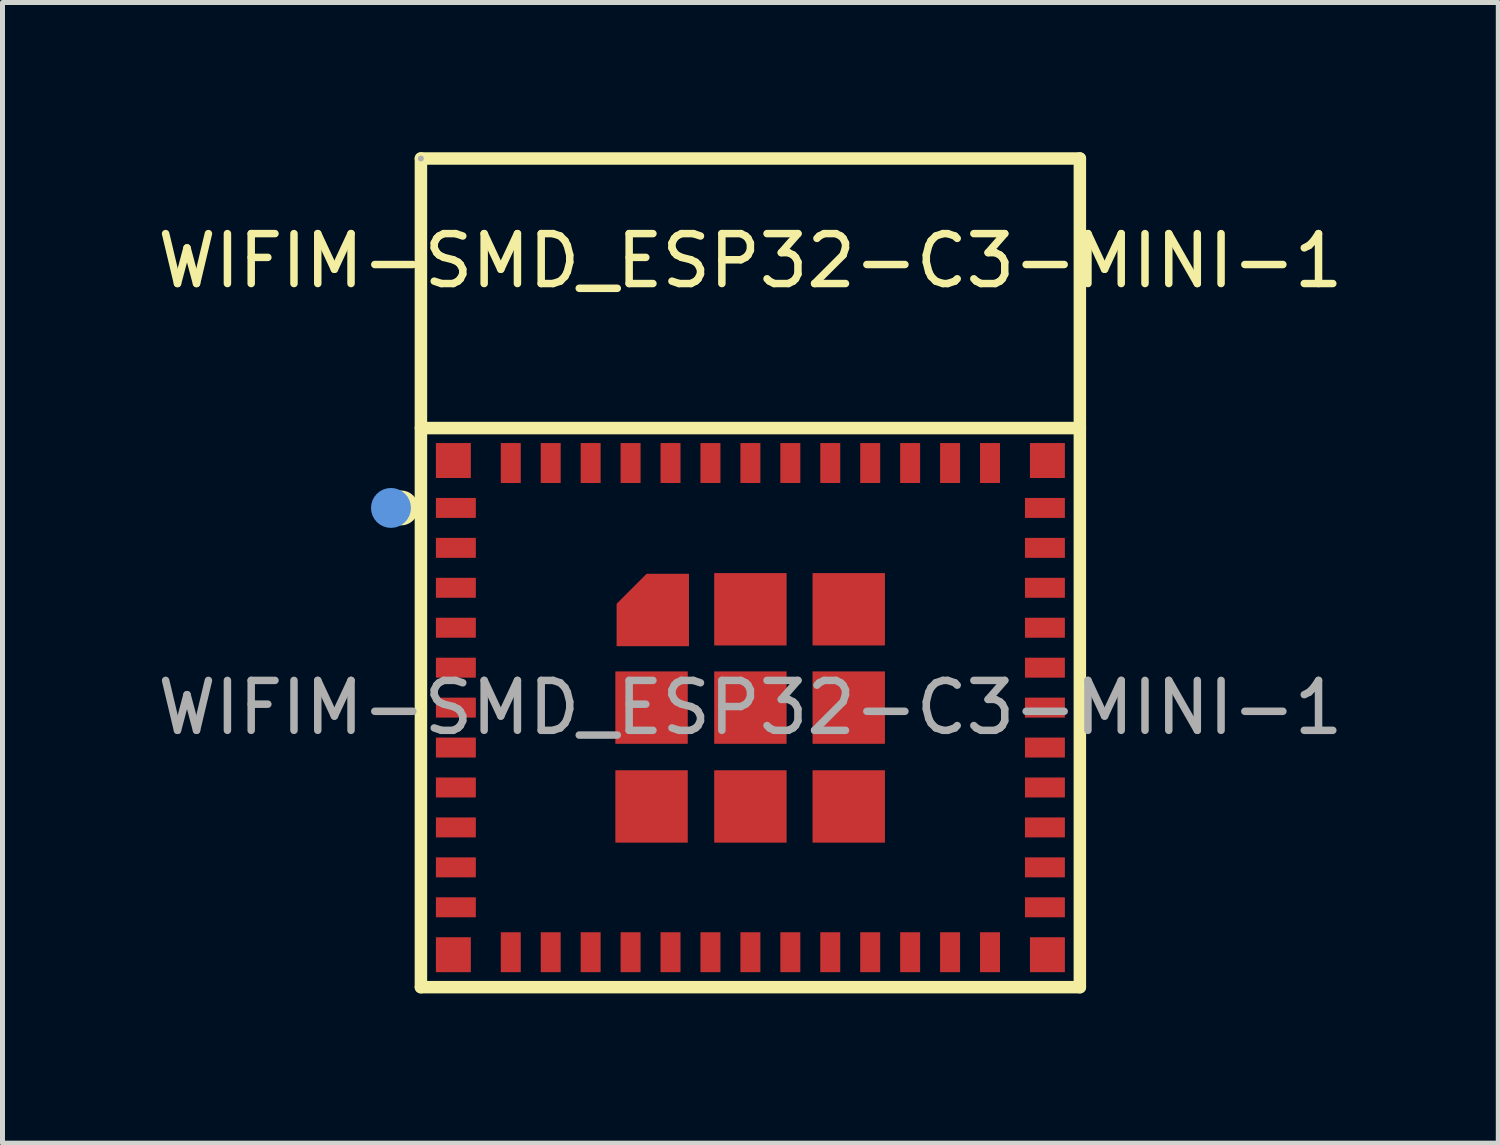
<source format=kicad_pcb>
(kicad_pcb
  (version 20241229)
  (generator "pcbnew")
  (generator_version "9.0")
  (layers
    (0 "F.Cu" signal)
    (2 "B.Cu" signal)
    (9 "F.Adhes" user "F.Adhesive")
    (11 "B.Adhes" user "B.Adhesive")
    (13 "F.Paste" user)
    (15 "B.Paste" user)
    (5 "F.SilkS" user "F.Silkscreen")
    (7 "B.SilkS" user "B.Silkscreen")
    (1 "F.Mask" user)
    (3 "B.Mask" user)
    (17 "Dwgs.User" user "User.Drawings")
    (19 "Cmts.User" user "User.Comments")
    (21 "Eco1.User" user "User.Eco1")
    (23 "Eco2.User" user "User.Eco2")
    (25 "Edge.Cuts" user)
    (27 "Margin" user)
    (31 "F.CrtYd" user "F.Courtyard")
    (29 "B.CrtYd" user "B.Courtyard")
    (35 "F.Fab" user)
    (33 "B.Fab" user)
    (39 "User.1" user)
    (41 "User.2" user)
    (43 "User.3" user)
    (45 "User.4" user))
  (footprint "WIFIM-SMD_ESP32-C3-MINI-1"
    (layer "F.Cu")
    (at 11.982 11.125)
    (property "Reference" "WIFIM-SMD_ESP32-C3-MINI-1" (at 0 -8.95 0) (layer "F.SilkS") (effects (font (size 1 1) (thickness 0.15))))
    (attr smd)
    (fp_line (start -6.6 -11) (end 6.6 -11) (stroke (width 0.25) (type solid)) (layer "F.SilkS"))
    (fp_line (start -6.6 5.6) (end -6.6 -11) (stroke (width 0.25) (type solid)) (layer "F.SilkS"))
    (fp_line (start -6.6 5.6) (end 6.6 5.6) (stroke (width 0.25) (type solid)) (layer "F.SilkS"))
    (fp_line (start 6.6 -5.6) (end -6.6 -5.6) (stroke (width 0.25) (type solid)) (layer "F.SilkS"))
    (fp_line (start 6.6 5.6) (end 6.6 -11) (stroke (width 0.25) (type solid)) (layer "F.SilkS"))
    (fp_circle (center -7 -4) (end -6.9 -4) (stroke (width 0.25) (type solid)) (fill no) (layer "F.SilkS"))
    (fp_circle (center -7.2 -4) (end -7 -4) (stroke (width 0.4) (type solid)) (fill no) (layer "Cmts.User"))
    (fp_circle (center -6.6 -11) (end -6.57 -11) (stroke (width 0.06) (type solid)) (fill no) (layer "F.Fab"))
    (fp_text user "${REFERENCE}" (at 0 0 0) (layer "F.Fab") (effects (font (size 1 1) (thickness 0.15))))
    (pad "1" smd rect (at -5.9 -4 90) (size 0.4 0.8) (layers "F.Cu" "F.Mask" "F.Paste"))
    (pad "2" smd rect (at -5.9 -3.2 90) (size 0.4 0.8) (layers "F.Cu" "F.Mask" "F.Paste"))
    (pad "3" smd rect (at -5.9 -2.4 90) (size 0.4 0.8) (layers "F.Cu" "F.Mask" "F.Paste"))
    (pad "4" smd rect (at -5.9 -1.6 90) (size 0.4 0.8) (layers "F.Cu" "F.Mask" "F.Paste"))
    (pad "5" smd rect (at -5.9 -0.8 90) (size 0.4 0.8) (layers "F.Cu" "F.Mask" "F.Paste"))
    (pad "6" smd rect (at -5.9 0 90) (size 0.4 0.8) (layers "F.Cu" "F.Mask" "F.Paste"))
    (pad "7" smd rect (at -5.9 0.8 90) (size 0.4 0.8) (layers "F.Cu" "F.Mask" "F.Paste"))
    (pad "8" smd rect (at -5.9 1.6 90) (size 0.4 0.8) (layers "F.Cu" "F.Mask" "F.Paste"))
    (pad "9" smd rect (at -5.9 2.4 90) (size 0.4 0.8) (layers "F.Cu" "F.Mask" "F.Paste"))
    (pad "10" smd rect (at -5.9 3.2 90) (size 0.4 0.8) (layers "F.Cu" "F.Mask" "F.Paste"))
    (pad "11" smd rect (at -5.9 4 90) (size 0.4 0.8) (layers "F.Cu" "F.Mask" "F.Paste"))
    (pad "12" smd rect (at -4.8 4.9 180) (size 0.4 0.8) (layers "F.Cu" "F.Mask" "F.Paste"))
    (pad "13" smd rect (at -4 4.9 180) (size 0.4 0.8) (layers "F.Cu" "F.Mask" "F.Paste"))
    (pad "14" smd rect (at -3.2 4.9 180) (size 0.4 0.8) (layers "F.Cu" "F.Mask" "F.Paste"))
    (pad "15" smd rect (at -2.4 4.9 180) (size 0.4 0.8) (layers "F.Cu" "F.Mask" "F.Paste"))
    (pad "16" smd rect (at -1.6 4.9 180) (size 0.4 0.8) (layers "F.Cu" "F.Mask" "F.Paste"))
    (pad "17" smd rect (at -0.8 4.9 180) (size 0.4 0.8) (layers "F.Cu" "F.Mask" "F.Paste"))
    (pad "18" smd rect (at 0 4.9 180) (size 0.4 0.8) (layers "F.Cu" "F.Mask" "F.Paste"))
    (pad "19" smd rect (at 0.8 4.9 180) (size 0.4 0.8) (layers "F.Cu" "F.Mask" "F.Paste"))
    (pad "20" smd rect (at 1.6 4.9 180) (size 0.4 0.8) (layers "F.Cu" "F.Mask" "F.Paste"))
    (pad "21" smd rect (at 2.4 4.9 180) (size 0.4 0.8) (layers "F.Cu" "F.Mask" "F.Paste"))
    (pad "22" smd rect (at 3.2 4.9 180) (size 0.4 0.8) (layers "F.Cu" "F.Mask" "F.Paste"))
    (pad "23" smd rect (at 4 4.9 180) (size 0.4 0.8) (layers "F.Cu" "F.Mask" "F.Paste"))
    (pad "24" smd rect (at 4.8 4.9 180) (size 0.4 0.8) (layers "F.Cu" "F.Mask" "F.Paste"))
    (pad "25" smd rect (at 5.9 4 270) (size 0.4 0.8) (layers "F.Cu" "F.Mask" "F.Paste"))
    (pad "26" smd rect (at 5.9 3.2 270) (size 0.4 0.8) (layers "F.Cu" "F.Mask" "F.Paste"))
    (pad "27" smd rect (at 5.9 2.4 270) (size 0.4 0.8) (layers "F.Cu" "F.Mask" "F.Paste"))
    (pad "28" smd rect (at 5.9 1.6 270) (size 0.4 0.8) (layers "F.Cu" "F.Mask" "F.Paste"))
    (pad "29" smd rect (at 5.9 0.8 270) (size 0.4 0.8) (layers "F.Cu" "F.Mask" "F.Paste"))
    (pad "30" smd rect (at 5.9 0 270) (size 0.4 0.8) (layers "F.Cu" "F.Mask" "F.Paste"))
    (pad "31" smd rect (at 5.9 -0.8 270) (size 0.4 0.8) (layers "F.Cu" "F.Mask" "F.Paste"))
    (pad "32" smd rect (at 5.9 -1.6 270) (size 0.4 0.8) (layers "F.Cu" "F.Mask" "F.Paste"))
    (pad "33" smd rect (at 5.9 -2.4 270) (size 0.4 0.8) (layers "F.Cu" "F.Mask" "F.Paste"))
    (pad "34" smd rect (at 5.9 -3.2 270) (size 0.4 0.8) (layers "F.Cu" "F.Mask" "F.Paste"))
    (pad "35" smd rect (at 5.9 -4 270) (size 0.4 0.8) (layers "F.Cu" "F.Mask" "F.Paste"))
    (pad "36" smd rect (at 4.8 -4.9) (size 0.4 0.8) (layers "F.Cu" "F.Mask" "F.Paste"))
    (pad "37" smd rect (at 4 -4.9) (size 0.4 0.8) (layers "F.Cu" "F.Mask" "F.Paste"))
    (pad "38" smd rect (at 3.2 -4.9) (size 0.4 0.8) (layers "F.Cu" "F.Mask" "F.Paste"))
    (pad "39" smd rect (at 2.4 -4.9) (size 0.4 0.8) (layers "F.Cu" "F.Mask" "F.Paste"))
    (pad "40" smd rect (at 1.6 -4.9) (size 0.4 0.8) (layers "F.Cu" "F.Mask" "F.Paste"))
    (pad "41" smd rect (at 0.8 -4.9) (size 0.4 0.8) (layers "F.Cu" "F.Mask" "F.Paste"))
    (pad "42" smd rect (at 0 -4.9) (size 0.4 0.8) (layers "F.Cu" "F.Mask" "F.Paste"))
    (pad "43" smd rect (at -0.8 -4.9) (size 0.4 0.8) (layers "F.Cu" "F.Mask" "F.Paste"))
    (pad "44" smd rect (at -1.6 -4.9) (size 0.4 0.8) (layers "F.Cu" "F.Mask" "F.Paste"))
    (pad "45" smd rect (at -2.4 -4.9) (size 0.4 0.8) (layers "F.Cu" "F.Mask" "F.Paste"))
    (pad "46" smd rect (at -3.2 -4.9) (size 0.4 0.8) (layers "F.Cu" "F.Mask" "F.Paste"))
    (pad "47" smd rect (at -4 -4.9) (size 0.4 0.8) (layers "F.Cu" "F.Mask" "F.Paste"))
    (pad "48" smd rect (at -4.8 -4.9) (size 0.4 0.8) (layers "F.Cu" "F.Mask" "F.Paste"))
    (pad "49" smd custom (at -1.98 -1.98) (size 1 1) (layers "F.Cu" "F.Mask" "F.Paste") (options (anchor circle)) (primitives (gr_poly (pts (xy -0.7 -0.1) (xy -0.1 -0.7) (xy 0.75 -0.7) (xy 0.75 0.75) (xy -0.7 0.75)) (width 0) (fill yes))))
    (pad "49" smd rect (at -1.98 0) (size 1.45 1.45) (layers "F.Cu" "F.Mask" "F.Paste"))
    (pad "49" smd rect (at -1.98 1.98) (size 1.45 1.45) (layers "F.Cu" "F.Mask" "F.Paste"))
    (pad "49" smd rect (at 0 -1.97) (size 1.45 1.45) (layers "F.Cu" "F.Mask" "F.Paste"))
    (pad "49" smd rect (at 0 0) (size 1.45 1.45) (layers "F.Cu" "F.Mask" "F.Paste"))
    (pad "49" smd rect (at 0 1.98) (size 1.45 1.45) (layers "F.Cu" "F.Mask" "F.Paste"))
    (pad "49" smd rect (at 1.97 -1.97) (size 1.45 1.45) (layers "F.Cu" "F.Mask" "F.Paste"))
    (pad "49" smd rect (at 1.97 0) (size 1.45 1.45) (layers "F.Cu" "F.Mask" "F.Paste"))
    (pad "49" smd rect (at 1.97 1.98) (size 1.45 1.45) (layers "F.Cu" "F.Mask" "F.Paste"))
    (pad "50" smd rect (at 5.95 -4.95) (size 0.7 0.7) (layers "F.Cu" "F.Mask" "F.Paste"))
    (pad "51" smd rect (at 5.95 4.95) (size 0.7 0.7) (layers "F.Cu" "F.Mask" "F.Paste"))
    (pad "52" smd rect (at -5.95 4.95) (size 0.7 0.7) (layers "F.Cu" "F.Mask" "F.Paste"))
    (pad "53" smd rect (at -5.95 -4.95) (size 0.7 0.7) (layers "F.Cu" "F.Mask" "F.Paste")))
  (gr_rect
    (start -3 -3)
    (end 26.964 19.85)
    (stroke (width 0.1) (type default))
    (fill no)
    (layer "Edge.Cuts")))
</source>
